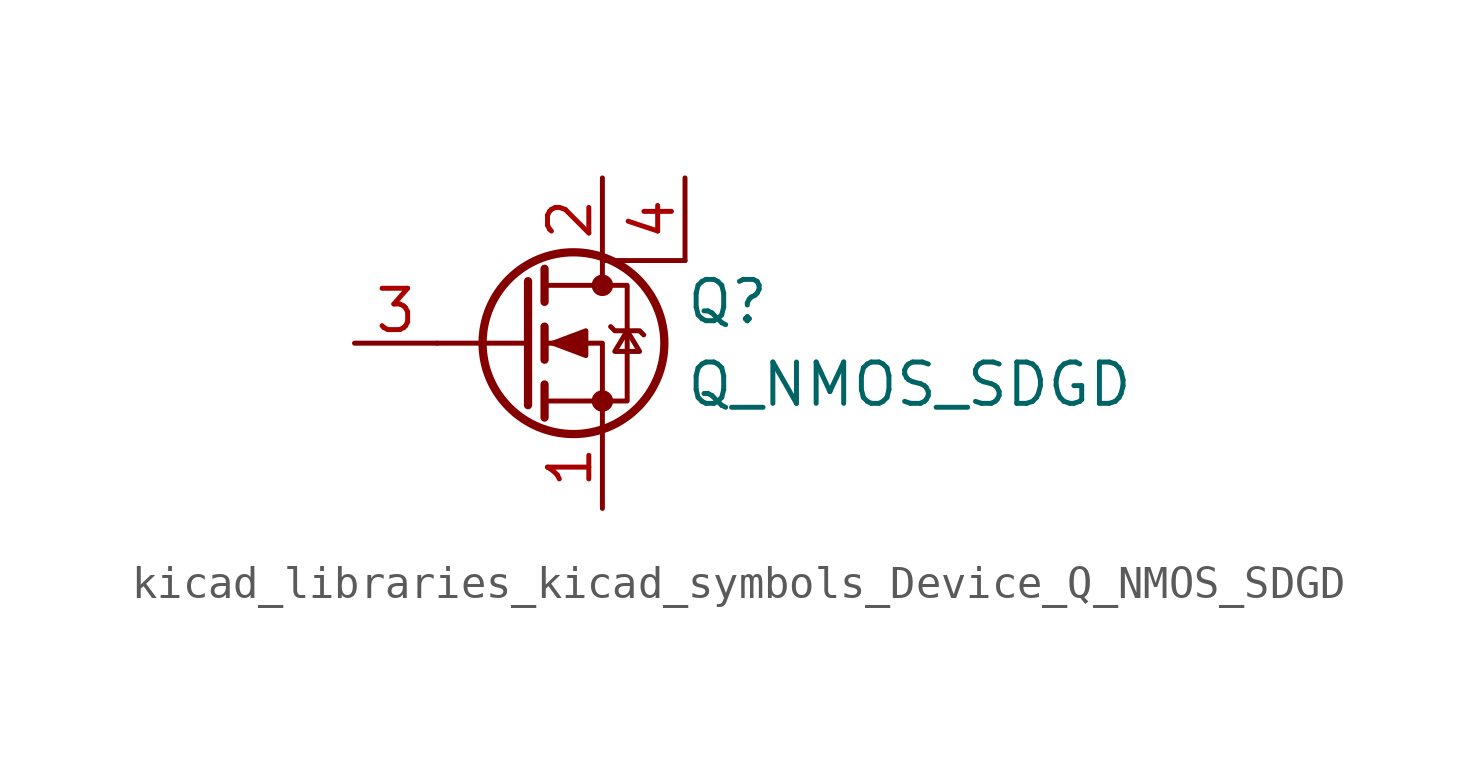
<source format=kicad_sym>
(kicad_symbol_lib
  (version 20220914)
  (generator kicad_symbol_editor)
  (symbol "kicad_libraries_kicad_symbols_Device_Q_NMOS_SDGD"
    (pin_names
      (offset 0) hide)
    (property "Reference" "Q"
      (at 5.08 1.27 0)
      (effects (font (size 1.27 1.27)) (justify left)))
    (property "Value" "Q_NMOS_SDGD"
      (at 5.08 -1.27 0)
      (effects (font (size 1.27 1.27)) (justify left)))
    (symbol "kicad_libraries_kicad_symbols_Device_Q_NMOS_SDGD_0_1"
      (polyline (pts (xy 0.254 0) (xy -2.54 0)) (stroke (width 0) (type default)) (fill (type none)))
      (polyline (pts (xy 0.254 1.905) (xy 0.254 -1.905)) (stroke (width 0.254) (type default)) (fill (type none)))
      (polyline (pts (xy 0.762 -1.27) (xy 0.762 -2.286)) (stroke (width 0.254) (type default)) (fill (type none)))
      (polyline (pts (xy 0.762 0.508) (xy 0.762 -0.508)) (stroke (width 0.254) (type default)) (fill (type none)))
      (polyline (pts (xy 0.762 2.286) (xy 0.762 1.27)) (stroke (width 0.254) (type default)) (fill (type none)))
      (polyline (pts (xy 2.54 -2.54) (xy 2.54 0) (xy 0.762 0)) (stroke (width 0) (type default)) (fill (type none)))
      (polyline (pts (xy 5.08 2.54) (xy 2.54 2.54) (xy 2.54 1.778)) (stroke (width 0) (type default)) (fill (type none)))
      (polyline (pts (xy 0.762 -1.778) (xy 3.302 -1.778) (xy 3.302 1.778) (xy 0.762 1.778)) (stroke (width 0) (type default)) (fill (type none)))
      (polyline (pts (xy 1.016 0) (xy 2.032 0.381) (xy 2.032 -0.381) (xy 1.016 0)) (stroke (width 0) (type default)) (fill (type outline)))
      (polyline (pts (xy 2.794 0.508) (xy 2.921 0.381) (xy 3.683 0.381) (xy 3.81 0.254)) (stroke (width 0) (type default)) (fill (type none)))
      (polyline (pts (xy 3.302 0.381) (xy 2.921 -0.254) (xy 3.683 -0.254) (xy 3.302 0.381)) (stroke (width 0) (type default)) (fill (type none)))
      (circle (center 1.651 0) (radius 2.794) (stroke (width 0.254) (type default)) (fill (type none)))
      (circle (center 2.54 -1.778) (radius 0.254) (stroke (width 0) (type default)) (fill (type outline)))
      (circle (center 2.54 1.778) (radius 0.254) (stroke (width 0) (type default)) (fill (type outline))))
    (symbol "kicad_libraries_kicad_symbols_Device_Q_NMOS_SDGD_1_1"
      (pin passive line (at 2.54 -5.08 90) (length 2.54) (name "S" (effects (font (size 1.27 1.27)))) (number "1" (effects (font (size 1.27 1.27)))))
      (pin passive line (at 2.54 5.08 270) (length 2.54) (name "D" (effects (font (size 1.27 1.27)))) (number "2" (effects (font (size 1.27 1.27)))))
      (pin input line (at -5.08 0 0) (length 2.54) (name "G" (effects (font (size 1.27 1.27)))) (number "3" (effects (font (size 1.27 1.27)))))
      (pin passive line (at 5.08 5.08 270) (length 2.54) (name "D" (effects (font (size 1.27 1.27)))) (number "4" (effects (font (size 1.27 1.27))))))))
</source>
